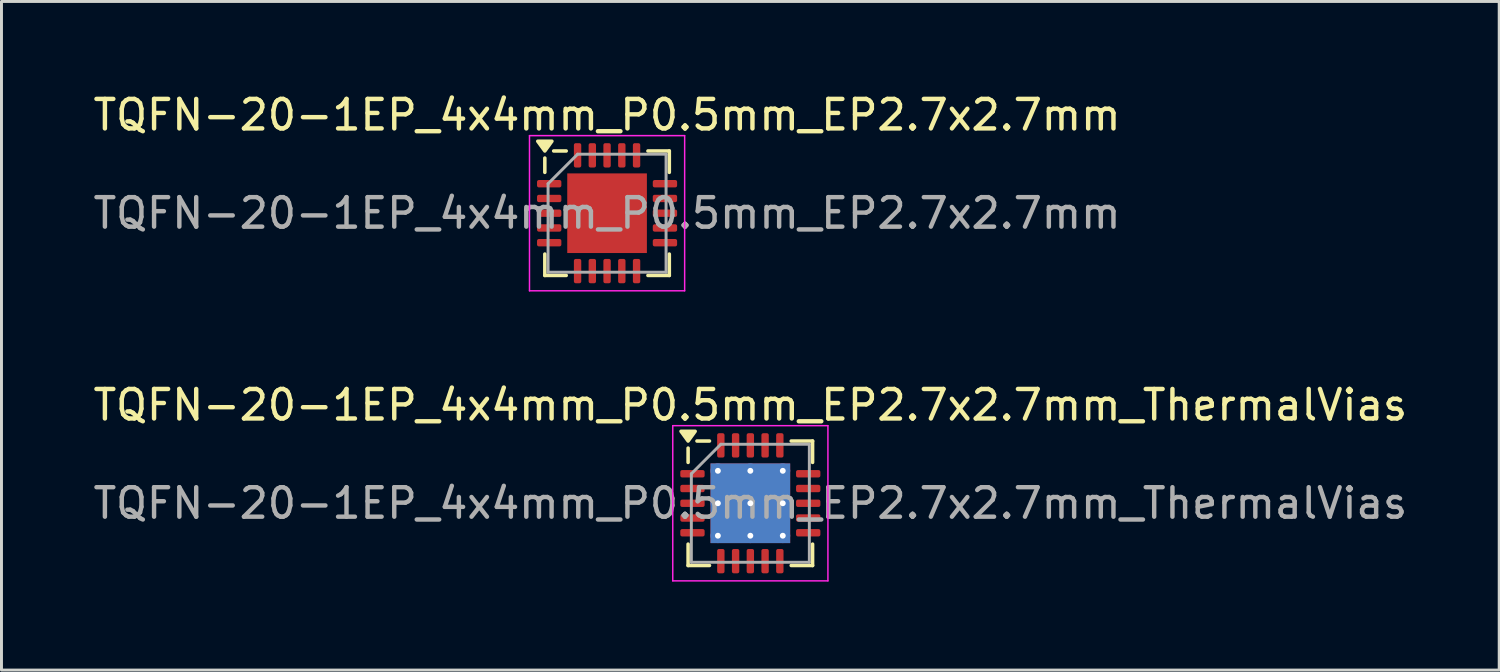
<source format=kicad_pcb>
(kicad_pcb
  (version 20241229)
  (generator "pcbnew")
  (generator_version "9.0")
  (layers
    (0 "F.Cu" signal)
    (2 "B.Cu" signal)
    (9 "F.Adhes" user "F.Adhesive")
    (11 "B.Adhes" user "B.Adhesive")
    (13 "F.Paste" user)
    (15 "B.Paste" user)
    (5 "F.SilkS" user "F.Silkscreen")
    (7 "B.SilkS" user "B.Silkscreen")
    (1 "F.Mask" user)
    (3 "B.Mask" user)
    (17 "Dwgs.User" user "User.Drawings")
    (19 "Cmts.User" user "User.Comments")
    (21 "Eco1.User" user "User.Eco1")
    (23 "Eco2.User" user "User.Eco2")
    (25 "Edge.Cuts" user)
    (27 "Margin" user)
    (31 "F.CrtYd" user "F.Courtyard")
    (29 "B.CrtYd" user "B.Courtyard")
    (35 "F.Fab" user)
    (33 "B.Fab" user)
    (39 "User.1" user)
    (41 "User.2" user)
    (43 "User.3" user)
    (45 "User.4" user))
  (footprint "TQFN-20-1EP_4x4mm_P0.5mm_EP2.7x2.7mm"
    (layer "F.Cu")
    (at 17.53 4.178)
    (property "Reference" "TQFN-20-1EP_4x4mm_P0.5mm_EP2.7x2.7mm" (at 0 -3.33 0) (layer "F.SilkS") (effects (font (size 1 1) (thickness 0.15))))
    (attr smd)
    (fp_line (start -2.11 -1.385) (end -2.11 -1.87) (stroke (width 0.12) (type solid)) (layer "F.SilkS"))
    (fp_line (start -2.11 2.11) (end -2.11 1.385) (stroke (width 0.12) (type solid)) (layer "F.SilkS"))
    (fp_line (start -1.385 -2.11) (end -1.81 -2.11) (stroke (width 0.12) (type solid)) (layer "F.SilkS"))
    (fp_line (start -1.385 2.11) (end -2.11 2.11) (stroke (width 0.12) (type solid)) (layer "F.SilkS"))
    (fp_line (start 1.385 -2.11) (end 2.11 -2.11) (stroke (width 0.12) (type solid)) (layer "F.SilkS"))
    (fp_line (start 1.385 2.11) (end 2.11 2.11) (stroke (width 0.12) (type solid)) (layer "F.SilkS"))
    (fp_line (start 2.11 -2.11) (end 2.11 -1.385) (stroke (width 0.12) (type solid)) (layer "F.SilkS"))
    (fp_line (start 2.11 2.11) (end 2.11 1.385) (stroke (width 0.12) (type solid)) (layer "F.SilkS"))
    (fp_poly (pts (xy -2.11 -2.11) (xy -2.35 -2.44) (xy -1.87 -2.44) (xy -2.11 -2.11)) (stroke (width 0.12) (type solid)) (fill yes) (layer "F.SilkS"))
    (fp_line (start -2.63 -2.63) (end -2.63 2.63) (stroke (width 0.05) (type solid)) (layer "F.CrtYd"))
    (fp_line (start -2.63 2.63) (end 2.63 2.63) (stroke (width 0.05) (type solid)) (layer "F.CrtYd"))
    (fp_line (start 2.63 -2.63) (end -2.63 -2.63) (stroke (width 0.05) (type solid)) (layer "F.CrtYd"))
    (fp_line (start 2.63 2.63) (end 2.63 -2.63) (stroke (width 0.05) (type solid)) (layer "F.CrtYd"))
    (fp_line (start -2 -1) (end -1 -2) (stroke (width 0.1) (type solid)) (layer "F.Fab"))
    (fp_line (start -2 2) (end -2 -1) (stroke (width 0.1) (type solid)) (layer "F.Fab"))
    (fp_line (start -1 -2) (end 2 -2) (stroke (width 0.1) (type solid)) (layer "F.Fab"))
    (fp_line (start 2 -2) (end 2 2) (stroke (width 0.1) (type solid)) (layer "F.Fab"))
    (fp_line (start 2 2) (end -2 2) (stroke (width 0.1) (type solid)) (layer "F.Fab"))
    (fp_text user "${REFERENCE}" (at 0 0 0) (layer "F.Fab") (effects (font (size 1 1) (thickness 0.15))))
    (pad "" smd roundrect (at -0.675 -0.675) (size 1.09 1.09) (layers "F.Paste") (roundrect_rratio 0.229))
    (pad "" smd roundrect (at -0.675 0.675) (size 1.09 1.09) (layers "F.Paste") (roundrect_rratio 0.229))
    (pad "" smd roundrect (at 0.675 -0.675) (size 1.09 1.09) (layers "F.Paste") (roundrect_rratio 0.229))
    (pad "" smd roundrect (at 0.675 0.675) (size 1.09 1.09) (layers "F.Paste") (roundrect_rratio 0.229))
    (pad "1" smd roundrect (at -1.962 -1) (size 0.825 0.25) (layers "F.Cu" "F.Mask" "F.Paste") (roundrect_rratio 0.25))
    (pad "2" smd roundrect (at -1.962 -0.5) (size 0.825 0.25) (layers "F.Cu" "F.Mask" "F.Paste") (roundrect_rratio 0.25))
    (pad "3" smd roundrect (at -1.962 0) (size 0.825 0.25) (layers "F.Cu" "F.Mask" "F.Paste") (roundrect_rratio 0.25))
    (pad "4" smd roundrect (at -1.962 0.5) (size 0.825 0.25) (layers "F.Cu" "F.Mask" "F.Paste") (roundrect_rratio 0.25))
    (pad "5" smd roundrect (at -1.962 1) (size 0.825 0.25) (layers "F.Cu" "F.Mask" "F.Paste") (roundrect_rratio 0.25))
    (pad "6" smd roundrect (at -1 1.962) (size 0.25 0.825) (layers "F.Cu" "F.Mask" "F.Paste") (roundrect_rratio 0.25))
    (pad "7" smd roundrect (at -0.5 1.962) (size 0.25 0.825) (layers "F.Cu" "F.Mask" "F.Paste") (roundrect_rratio 0.25))
    (pad "8" smd roundrect (at 0 1.962) (size 0.25 0.825) (layers "F.Cu" "F.Mask" "F.Paste") (roundrect_rratio 0.25))
    (pad "9" smd roundrect (at 0.5 1.962) (size 0.25 0.825) (layers "F.Cu" "F.Mask" "F.Paste") (roundrect_rratio 0.25))
    (pad "10" smd roundrect (at 1 1.962) (size 0.25 0.825) (layers "F.Cu" "F.Mask" "F.Paste") (roundrect_rratio 0.25))
    (pad "11" smd roundrect (at 1.962 1) (size 0.825 0.25) (layers "F.Cu" "F.Mask" "F.Paste") (roundrect_rratio 0.25))
    (pad "12" smd roundrect (at 1.962 0.5) (size 0.825 0.25) (layers "F.Cu" "F.Mask" "F.Paste") (roundrect_rratio 0.25))
    (pad "13" smd roundrect (at 1.962 0) (size 0.825 0.25) (layers "F.Cu" "F.Mask" "F.Paste") (roundrect_rratio 0.25))
    (pad "14" smd roundrect (at 1.962 -0.5) (size 0.825 0.25) (layers "F.Cu" "F.Mask" "F.Paste") (roundrect_rratio 0.25))
    (pad "15" smd roundrect (at 1.962 -1) (size 0.825 0.25) (layers "F.Cu" "F.Mask" "F.Paste") (roundrect_rratio 0.25))
    (pad "16" smd roundrect (at 1 -1.962) (size 0.25 0.825) (layers "F.Cu" "F.Mask" "F.Paste") (roundrect_rratio 0.25))
    (pad "17" smd roundrect (at 0.5 -1.962) (size 0.25 0.825) (layers "F.Cu" "F.Mask" "F.Paste") (roundrect_rratio 0.25))
    (pad "18" smd roundrect (at 0 -1.962) (size 0.25 0.825) (layers "F.Cu" "F.Mask" "F.Paste") (roundrect_rratio 0.25))
    (pad "19" smd roundrect (at -0.5 -1.962) (size 0.25 0.825) (layers "F.Cu" "F.Mask" "F.Paste") (roundrect_rratio 0.25))
    (pad "20" smd roundrect (at -1 -1.962) (size 0.25 0.825) (layers "F.Cu" "F.Mask" "F.Paste") (roundrect_rratio 0.25))
    (pad "21" smd rect (at 0 0) (size 2.7 2.7) (property pad_prop_heatsink) (layers "F.Cu" "F.Mask")))
  (footprint "TQFN-20-1EP_4x4mm_P0.5mm_EP2.7x2.7mm_ThermalVias"
    (layer "F.Cu")
    (at 22.387 14.011)
    (property "Reference" "TQFN-20-1EP_4x4mm_P0.5mm_EP2.7x2.7mm_ThermalVias" (at 0 -3.33 0) (layer "F.SilkS") (effects (font (size 1 1) (thickness 0.15))))
    (attr smd)
    (fp_line (start -2.11 -1.385) (end -2.11 -1.87) (stroke (width 0.12) (type solid)) (layer "F.SilkS"))
    (fp_line (start -2.11 2.11) (end -2.11 1.385) (stroke (width 0.12) (type solid)) (layer "F.SilkS"))
    (fp_line (start -1.385 -2.11) (end -1.81 -2.11) (stroke (width 0.12) (type solid)) (layer "F.SilkS"))
    (fp_line (start -1.385 2.11) (end -2.11 2.11) (stroke (width 0.12) (type solid)) (layer "F.SilkS"))
    (fp_line (start 1.385 -2.11) (end 2.11 -2.11) (stroke (width 0.12) (type solid)) (layer "F.SilkS"))
    (fp_line (start 1.385 2.11) (end 2.11 2.11) (stroke (width 0.12) (type solid)) (layer "F.SilkS"))
    (fp_line (start 2.11 -2.11) (end 2.11 -1.385) (stroke (width 0.12) (type solid)) (layer "F.SilkS"))
    (fp_line (start 2.11 2.11) (end 2.11 1.385) (stroke (width 0.12) (type solid)) (layer "F.SilkS"))
    (fp_poly (pts (xy -2.11 -2.11) (xy -2.35 -2.44) (xy -1.87 -2.44) (xy -2.11 -2.11)) (stroke (width 0.12) (type solid)) (fill yes) (layer "F.SilkS"))
    (fp_line (start -2.63 -2.63) (end -2.63 2.63) (stroke (width 0.05) (type solid)) (layer "F.CrtYd"))
    (fp_line (start -2.63 2.63) (end 2.63 2.63) (stroke (width 0.05) (type solid)) (layer "F.CrtYd"))
    (fp_line (start 2.63 -2.63) (end -2.63 -2.63) (stroke (width 0.05) (type solid)) (layer "F.CrtYd"))
    (fp_line (start 2.63 2.63) (end 2.63 -2.63) (stroke (width 0.05) (type solid)) (layer "F.CrtYd"))
    (fp_line (start -2 -1) (end -1 -2) (stroke (width 0.1) (type solid)) (layer "F.Fab"))
    (fp_line (start -2 2) (end -2 -1) (stroke (width 0.1) (type solid)) (layer "F.Fab"))
    (fp_line (start -1 -2) (end 2 -2) (stroke (width 0.1) (type solid)) (layer "F.Fab"))
    (fp_line (start 2 -2) (end 2 2) (stroke (width 0.1) (type solid)) (layer "F.Fab"))
    (fp_line (start 2 2) (end -2 2) (stroke (width 0.1) (type solid)) (layer "F.Fab"))
    (fp_text user "${REFERENCE}" (at 0 0 0) (layer "F.Fab") (effects (font (size 1 1) (thickness 0.15))))
    (pad "" smd roundrect (at -0.675 -0.675) (size 1.17 1.17) (layers "F.Paste") (roundrect_rratio 0.214))
    (pad "" smd roundrect (at -0.675 0.675) (size 1.17 1.17) (layers "F.Paste") (roundrect_rratio 0.214))
    (pad "" smd roundrect (at 0.675 -0.675) (size 1.17 1.17) (layers "F.Paste") (roundrect_rratio 0.214))
    (pad "" smd roundrect (at 0.675 0.675) (size 1.17 1.17) (layers "F.Paste") (roundrect_rratio 0.214))
    (pad "1" smd roundrect (at -1.962 -1) (size 0.825 0.25) (layers "F.Cu" "F.Mask" "F.Paste") (roundrect_rratio 0.25))
    (pad "2" smd roundrect (at -1.962 -0.5) (size 0.825 0.25) (layers "F.Cu" "F.Mask" "F.Paste") (roundrect_rratio 0.25))
    (pad "3" smd roundrect (at -1.962 0) (size 0.825 0.25) (layers "F.Cu" "F.Mask" "F.Paste") (roundrect_rratio 0.25))
    (pad "4" smd roundrect (at -1.962 0.5) (size 0.825 0.25) (layers "F.Cu" "F.Mask" "F.Paste") (roundrect_rratio 0.25))
    (pad "5" smd roundrect (at -1.962 1) (size 0.825 0.25) (layers "F.Cu" "F.Mask" "F.Paste") (roundrect_rratio 0.25))
    (pad "6" smd roundrect (at -1 1.962) (size 0.25 0.825) (layers "F.Cu" "F.Mask" "F.Paste") (roundrect_rratio 0.25))
    (pad "7" smd roundrect (at -0.5 1.962) (size 0.25 0.825) (layers "F.Cu" "F.Mask" "F.Paste") (roundrect_rratio 0.25))
    (pad "8" smd roundrect (at 0 1.962) (size 0.25 0.825) (layers "F.Cu" "F.Mask" "F.Paste") (roundrect_rratio 0.25))
    (pad "9" smd roundrect (at 0.5 1.962) (size 0.25 0.825) (layers "F.Cu" "F.Mask" "F.Paste") (roundrect_rratio 0.25))
    (pad "10" smd roundrect (at 1 1.962) (size 0.25 0.825) (layers "F.Cu" "F.Mask" "F.Paste") (roundrect_rratio 0.25))
    (pad "11" smd roundrect (at 1.962 1) (size 0.825 0.25) (layers "F.Cu" "F.Mask" "F.Paste") (roundrect_rratio 0.25))
    (pad "12" smd roundrect (at 1.962 0.5) (size 0.825 0.25) (layers "F.Cu" "F.Mask" "F.Paste") (roundrect_rratio 0.25))
    (pad "13" smd roundrect (at 1.962 0) (size 0.825 0.25) (layers "F.Cu" "F.Mask" "F.Paste") (roundrect_rratio 0.25))
    (pad "14" smd roundrect (at 1.962 -0.5) (size 0.825 0.25) (layers "F.Cu" "F.Mask" "F.Paste") (roundrect_rratio 0.25))
    (pad "15" smd roundrect (at 1.962 -1) (size 0.825 0.25) (layers "F.Cu" "F.Mask" "F.Paste") (roundrect_rratio 0.25))
    (pad "16" smd roundrect (at 1 -1.962) (size 0.25 0.825) (layers "F.Cu" "F.Mask" "F.Paste") (roundrect_rratio 0.25))
    (pad "17" smd roundrect (at 0.5 -1.962) (size 0.25 0.825) (layers "F.Cu" "F.Mask" "F.Paste") (roundrect_rratio 0.25))
    (pad "18" smd roundrect (at 0 -1.962) (size 0.25 0.825) (layers "F.Cu" "F.Mask" "F.Paste") (roundrect_rratio 0.25))
    (pad "19" smd roundrect (at -0.5 -1.962) (size 0.25 0.825) (layers "F.Cu" "F.Mask" "F.Paste") (roundrect_rratio 0.25))
    (pad "20" smd roundrect (at -1 -1.962) (size 0.25 0.825) (layers "F.Cu" "F.Mask" "F.Paste") (roundrect_rratio 0.25))
    (pad "21" thru_hole circle (at -1.1 -1.1) (size 0.5 0.5) (drill 0.2) (property pad_prop_heatsink) (layers "*.Cu"))
    (pad "21" thru_hole circle (at -1.1 0) (size 0.5 0.5) (drill 0.2) (property pad_prop_heatsink) (layers "*.Cu"))
    (pad "21" thru_hole circle (at -1.1 1.1) (size 0.5 0.5) (drill 0.2) (property pad_prop_heatsink) (layers "*.Cu"))
    (pad "21" thru_hole circle (at 0 -1.1) (size 0.5 0.5) (drill 0.2) (property pad_prop_heatsink) (layers "*.Cu"))
    (pad "21" thru_hole circle (at 0 0) (size 0.5 0.5) (drill 0.2) (property pad_prop_heatsink) (layers "*.Cu"))
    (pad "21" smd rect (at 0 0) (size 2.7 2.7) (property pad_prop_heatsink) (layers "F.Cu" "F.Mask"))
    (pad "21" smd rect (at 0 0) (size 2.7 2.7) (property pad_prop_heatsink) (layers "B.Cu"))
    (pad "21" thru_hole circle (at 0 1.1) (size 0.5 0.5) (drill 0.2) (property pad_prop_heatsink) (layers "*.Cu"))
    (pad "21" thru_hole circle (at 1.1 -1.1) (size 0.5 0.5) (drill 0.2) (property pad_prop_heatsink) (layers "*.Cu"))
    (pad "21" thru_hole circle (at 1.1 0) (size 0.5 0.5) (drill 0.2) (property pad_prop_heatsink) (layers "*.Cu"))
    (pad "21" thru_hole circle (at 1.1 1.1) (size 0.5 0.5) (drill 0.2) (property pad_prop_heatsink) (layers "*.Cu")))
  (gr_rect
    (start -3 -3)
    (end 47.774 19.666)
    (stroke (width 0.1) (type default))
    (fill no)
    (layer "Edge.Cuts")))
</source>
